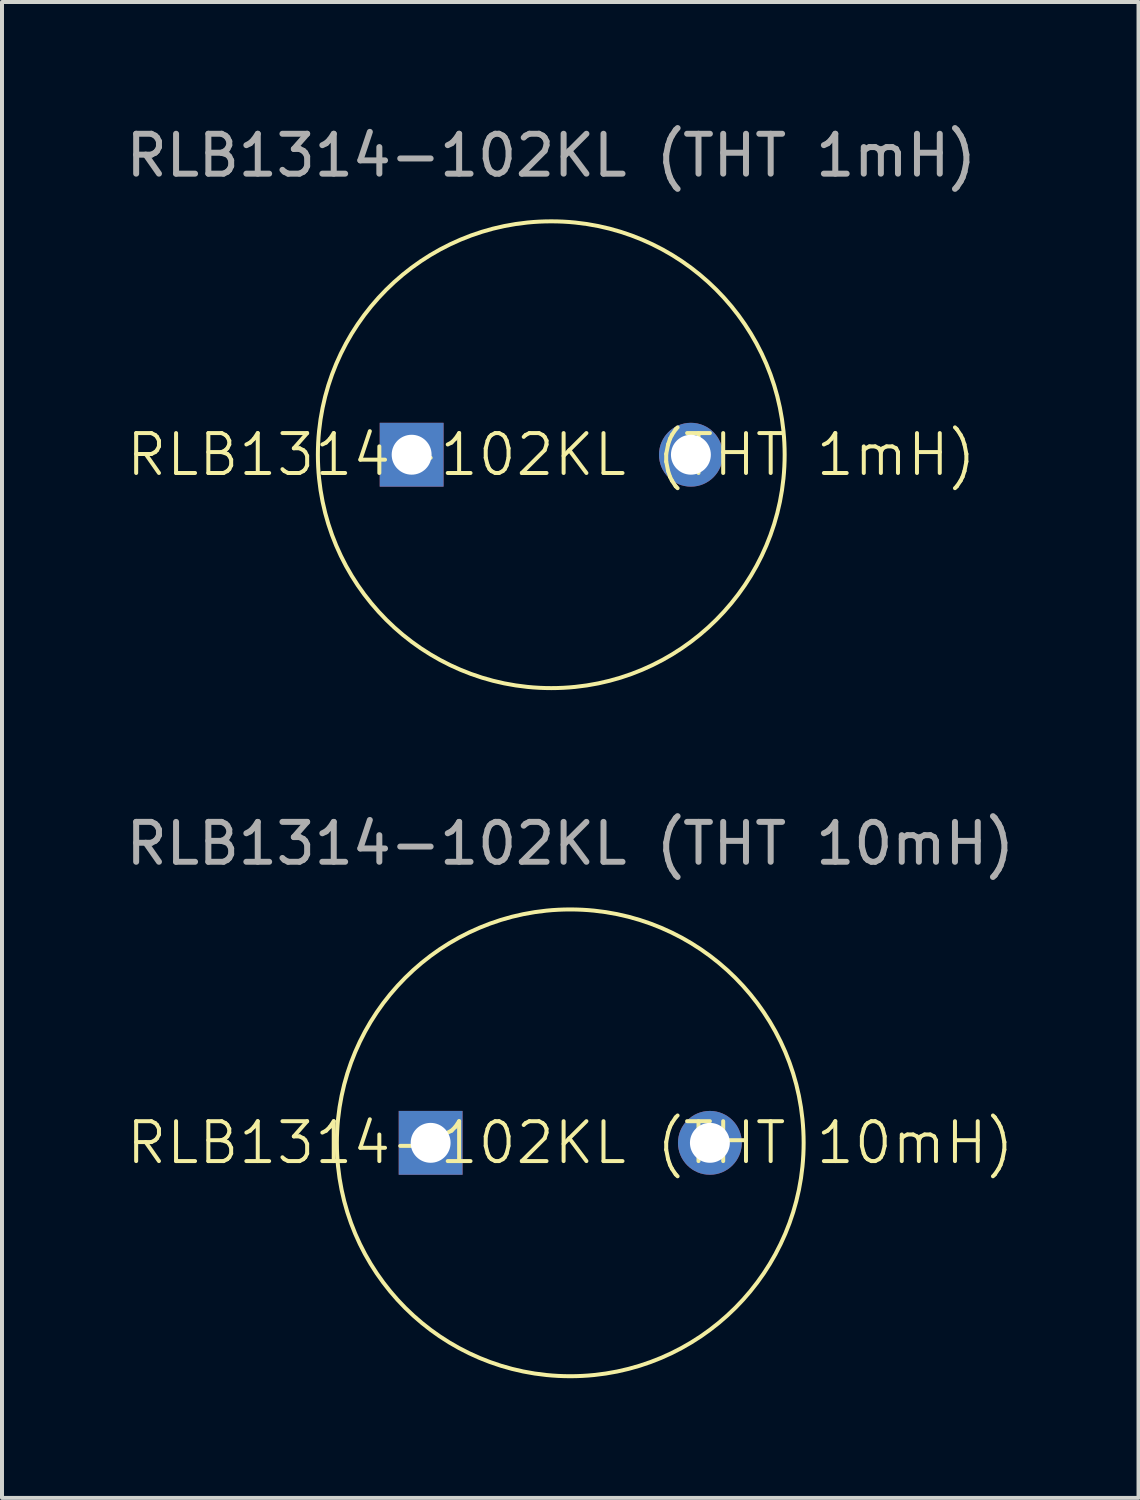
<source format=kicad_pcb>
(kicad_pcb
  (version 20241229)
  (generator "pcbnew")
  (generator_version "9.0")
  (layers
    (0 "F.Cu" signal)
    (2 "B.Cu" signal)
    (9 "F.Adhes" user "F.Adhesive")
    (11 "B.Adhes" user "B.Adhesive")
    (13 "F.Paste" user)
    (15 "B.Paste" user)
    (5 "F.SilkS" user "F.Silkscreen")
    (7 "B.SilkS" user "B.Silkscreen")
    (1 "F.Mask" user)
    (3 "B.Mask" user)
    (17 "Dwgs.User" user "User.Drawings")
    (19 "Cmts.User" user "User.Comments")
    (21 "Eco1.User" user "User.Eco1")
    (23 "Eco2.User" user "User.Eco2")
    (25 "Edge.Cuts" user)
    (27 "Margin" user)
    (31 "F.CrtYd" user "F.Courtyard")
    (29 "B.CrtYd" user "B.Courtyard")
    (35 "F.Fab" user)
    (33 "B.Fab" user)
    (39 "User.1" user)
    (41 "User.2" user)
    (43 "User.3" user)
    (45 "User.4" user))
  (footprint "RLB1314-102KL (THT 10mH)"
    (layer "F.Cu")
    (at 11.244 25.596)
    (property "Reference" "RLB1314-102KL (THT 10mH)" (at 0 0 0) (unlocked yes) (layer "F.SilkS") (effects (font (size 1 1) (thickness 0.1))))
    (attr through_hole)
    (fp_circle (center 0 0) (end 5.85 0) (stroke (width 0.1) (type default)) (fill no) (layer "F.SilkS"))
    (fp_text user "${REFERENCE}" (at 0 -7.5 0) (unlocked yes) (layer "F.Fab") (effects (font (size 1 1) (thickness 0.15))))
    (pad "1" thru_hole rect (at -3.5 0) (size 1.6 1.6) (drill 1) (layers "*.Cu" "*.Mask"))
    (pad "2" thru_hole circle (at 3.5 0) (size 1.6 1.6) (drill 1) (layers "*.Cu" "*.Mask")))
  (footprint "RLB1314-102KL (THT 1mH)"
    (layer "F.Cu")
    (at 10.768 8.348)
    (property "Reference" "RLB1314-102KL (THT 1mH)" (at 0 0 0) (unlocked yes) (layer "F.SilkS") (effects (font (size 1 1) (thickness 0.1))))
    (attr through_hole)
    (fp_circle (center 0 0) (end 5.85 0) (stroke (width 0.1) (type default)) (fill no) (layer "F.SilkS"))
    (fp_text user "${REFERENCE}" (at 0 -7.5 0) (unlocked yes) (layer "F.Fab") (effects (font (size 1 1) (thickness 0.15))))
    (pad "1" thru_hole rect (at -3.5 0) (size 1.6 1.6) (drill 1) (layers "*.Cu" "*.Mask"))
    (pad "2" thru_hole circle (at 3.5 0) (size 1.6 1.6) (drill 1) (layers "*.Cu" "*.Mask")))
  (gr_rect
    (start -3 -3)
    (end 25.488 34.496)
    (stroke (width 0.1) (type default))
    (fill no)
    (layer "Edge.Cuts")))
</source>
